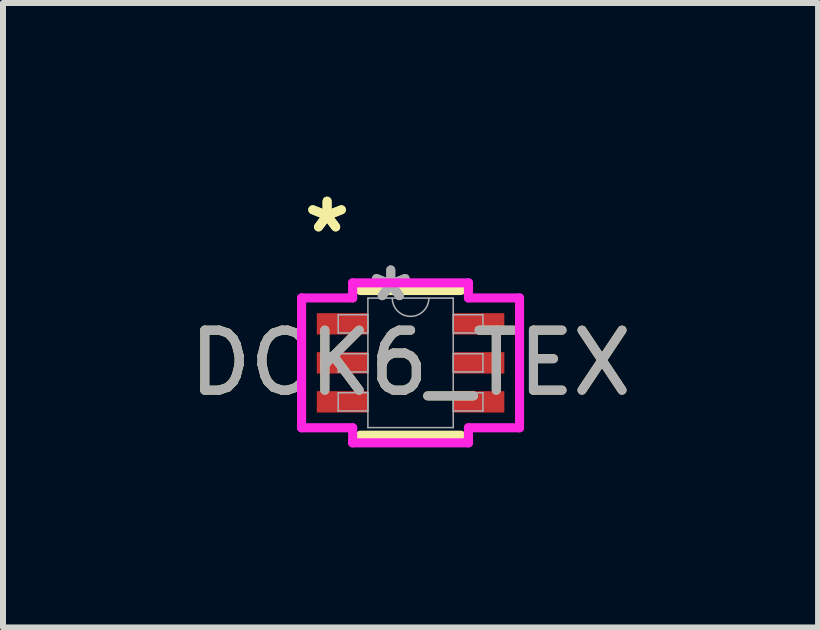
<source format=kicad_pcb>
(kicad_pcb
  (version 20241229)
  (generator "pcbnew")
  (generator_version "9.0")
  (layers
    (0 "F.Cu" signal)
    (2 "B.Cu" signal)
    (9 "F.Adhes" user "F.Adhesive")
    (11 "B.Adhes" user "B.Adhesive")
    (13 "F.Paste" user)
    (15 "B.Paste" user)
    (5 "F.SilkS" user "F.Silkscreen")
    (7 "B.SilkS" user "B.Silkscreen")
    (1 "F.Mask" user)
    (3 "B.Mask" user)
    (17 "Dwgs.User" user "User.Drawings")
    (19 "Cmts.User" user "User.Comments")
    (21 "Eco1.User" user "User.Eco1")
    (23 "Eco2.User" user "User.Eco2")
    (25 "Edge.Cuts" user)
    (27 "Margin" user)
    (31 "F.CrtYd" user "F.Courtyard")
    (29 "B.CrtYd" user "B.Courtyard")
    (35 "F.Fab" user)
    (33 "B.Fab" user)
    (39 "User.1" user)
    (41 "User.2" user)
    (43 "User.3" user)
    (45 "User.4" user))
  (footprint "DCK6_TEX"
    (layer "F.Cu")
    (at 3.792 2.997)
    (property "Reference" "DCK6_TEX" (at 0 0 0) (unlocked yes) (layer "F.SilkS") (effects (font (size 1 1) (thickness 0.15))))
    (attr smd)
    (fp_line (start -0.838 1.206) (end 0.838 1.206) (stroke (width 0.152) (type solid)) (layer "F.SilkS"))
    (fp_line (start 0.838 -1.206) (end -0.838 -1.206) (stroke (width 0.152) (type solid)) (layer "F.SilkS"))
    (fp_line (start -1.816 -1.082) (end -0.965 -1.082) (stroke (width 0.152) (type solid)) (layer "F.CrtYd"))
    (fp_line (start -1.816 1.082) (end -1.816 -1.082) (stroke (width 0.152) (type solid)) (layer "F.CrtYd"))
    (fp_line (start -1.816 1.082) (end -0.965 1.082) (stroke (width 0.152) (type solid)) (layer "F.CrtYd"))
    (fp_line (start -0.965 -1.333) (end 0.965 -1.333) (stroke (width 0.152) (type solid)) (layer "F.CrtYd"))
    (fp_line (start -0.965 -1.082) (end -0.965 -1.333) (stroke (width 0.152) (type solid)) (layer "F.CrtYd"))
    (fp_line (start -0.965 1.333) (end -0.965 1.082) (stroke (width 0.152) (type solid)) (layer "F.CrtYd"))
    (fp_line (start 0.965 -1.333) (end 0.965 -1.082) (stroke (width 0.152) (type solid)) (layer "F.CrtYd"))
    (fp_line (start 0.965 1.082) (end 0.965 1.333) (stroke (width 0.152) (type solid)) (layer "F.CrtYd"))
    (fp_line (start 0.965 1.333) (end -0.965 1.333) (stroke (width 0.152) (type solid)) (layer "F.CrtYd"))
    (fp_line (start 1.816 -1.082) (end 0.965 -1.082) (stroke (width 0.152) (type solid)) (layer "F.CrtYd"))
    (fp_line (start 1.816 -1.082) (end 1.816 1.082) (stroke (width 0.152) (type solid)) (layer "F.CrtYd"))
    (fp_line (start 1.816 1.082) (end 0.965 1.082) (stroke (width 0.152) (type solid)) (layer "F.CrtYd"))
    (fp_line (start -1.206 -0.802) (end -1.206 -0.498) (stroke (width 0.025) (type solid)) (layer "F.Fab"))
    (fp_line (start -1.206 -0.498) (end -0.711 -0.498) (stroke (width 0.025) (type solid)) (layer "F.Fab"))
    (fp_line (start -1.206 -0.152) (end -1.206 0.152) (stroke (width 0.025) (type solid)) (layer "F.Fab"))
    (fp_line (start -1.206 0.152) (end -0.711 0.152) (stroke (width 0.025) (type solid)) (layer "F.Fab"))
    (fp_line (start -1.206 0.498) (end -1.206 0.802) (stroke (width 0.025) (type solid)) (layer "F.Fab"))
    (fp_line (start -1.206 0.802) (end -0.711 0.802) (stroke (width 0.025) (type solid)) (layer "F.Fab"))
    (fp_line (start -0.711 -1.079) (end -0.711 1.079) (stroke (width 0.025) (type solid)) (layer "F.Fab"))
    (fp_line (start -0.711 -0.802) (end -1.206 -0.802) (stroke (width 0.025) (type solid)) (layer "F.Fab"))
    (fp_line (start -0.711 -0.498) (end -0.711 -0.802) (stroke (width 0.025) (type solid)) (layer "F.Fab"))
    (fp_line (start -0.711 -0.152) (end -1.206 -0.152) (stroke (width 0.025) (type solid)) (layer "F.Fab"))
    (fp_line (start -0.711 0.152) (end -0.711 -0.152) (stroke (width 0.025) (type solid)) (layer "F.Fab"))
    (fp_line (start -0.711 0.498) (end -1.206 0.498) (stroke (width 0.025) (type solid)) (layer "F.Fab"))
    (fp_line (start -0.711 0.802) (end -0.711 0.498) (stroke (width 0.025) (type solid)) (layer "F.Fab"))
    (fp_line (start -0.711 1.079) (end 0.711 1.079) (stroke (width 0.025) (type solid)) (layer "F.Fab"))
    (fp_line (start 0.711 -1.079) (end -0.711 -1.079) (stroke (width 0.025) (type solid)) (layer "F.Fab"))
    (fp_line (start 0.711 -0.802) (end 0.711 -0.498) (stroke (width 0.025) (type solid)) (layer "F.Fab"))
    (fp_line (start 0.711 -0.498) (end 1.206 -0.498) (stroke (width 0.025) (type solid)) (layer "F.Fab"))
    (fp_line (start 0.711 -0.152) (end 0.711 0.152) (stroke (width 0.025) (type solid)) (layer "F.Fab"))
    (fp_line (start 0.711 0.152) (end 1.206 0.152) (stroke (width 0.025) (type solid)) (layer "F.Fab"))
    (fp_line (start 0.711 0.498) (end 0.711 0.802) (stroke (width 0.025) (type solid)) (layer "F.Fab"))
    (fp_line (start 0.711 0.802) (end 1.206 0.802) (stroke (width 0.025) (type solid)) (layer "F.Fab"))
    (fp_line (start 0.711 1.079) (end 0.711 -1.079) (stroke (width 0.025) (type solid)) (layer "F.Fab"))
    (fp_line (start 1.206 -0.802) (end 0.711 -0.802) (stroke (width 0.025) (type solid)) (layer "F.Fab"))
    (fp_line (start 1.206 -0.498) (end 1.206 -0.802) (stroke (width 0.025) (type solid)) (layer "F.Fab"))
    (fp_line (start 1.206 -0.152) (end 0.711 -0.152) (stroke (width 0.025) (type solid)) (layer "F.Fab"))
    (fp_line (start 1.206 0.152) (end 1.206 -0.152) (stroke (width 0.025) (type solid)) (layer "F.Fab"))
    (fp_line (start 1.206 0.498) (end 0.711 0.498) (stroke (width 0.025) (type solid)) (layer "F.Fab"))
    (fp_line (start 1.206 0.802) (end 1.206 0.498) (stroke (width 0.025) (type solid)) (layer "F.Fab"))
    (fp_arc (start 0.3048 -1.0795) (mid 0 -0.7747) (end -0.3048 -1.0795) (stroke (width 0.0254) (type solid)) (layer "F.Fab"))
    (fp_text user "*" (at -1.391 -2.149 0) (layer "F.SilkS") (effects (font (size 1 1) (thickness 0.15))))
    (fp_text user "*" (at -1.391 -2.149 0) (unlocked yes) (layer "F.SilkS") (effects (font (size 1 1) (thickness 0.15))))
    (fp_text user "${REFERENCE}" (at 0 0 0) (unlocked yes) (layer "F.Fab") (effects (font (size 1 1) (thickness 0.15))))
    (fp_text user "*" (at -0.33 -1.003 0) (unlocked yes) (layer "F.Fab") (effects (font (size 1 1) (thickness 0.15))))
    (fp_text user "*" (at -0.33 -1.003 0) (layer "F.Fab") (effects (font (size 1 1) (thickness 0.15))))
    (pad "1" smd rect (at -1.137 -0.65) (size 0.851 0.356) (layers "F.Cu" "F.Mask" "F.Paste"))
    (pad "2" smd rect (at -1.137 0) (size 0.851 0.356) (layers "F.Cu" "F.Mask" "F.Paste"))
    (pad "3" smd rect (at -1.137 0.65) (size 0.851 0.356) (layers "F.Cu" "F.Mask" "F.Paste"))
    (pad "4" smd rect (at 1.137 0.65) (size 0.851 0.356) (layers "F.Cu" "F.Mask" "F.Paste"))
    (pad "5" smd rect (at 1.137 0) (size 0.851 0.356) (layers "F.Cu" "F.Mask" "F.Paste"))
    (pad "6" smd rect (at 1.137 -0.65) (size 0.851 0.356) (layers "F.Cu" "F.Mask" "F.Paste")))
  (gr_rect
    (start -3 -3)
    (end 10.583 7.407)
    (stroke (width 0.1) (type default))
    (fill no)
    (layer "Edge.Cuts")))
</source>
